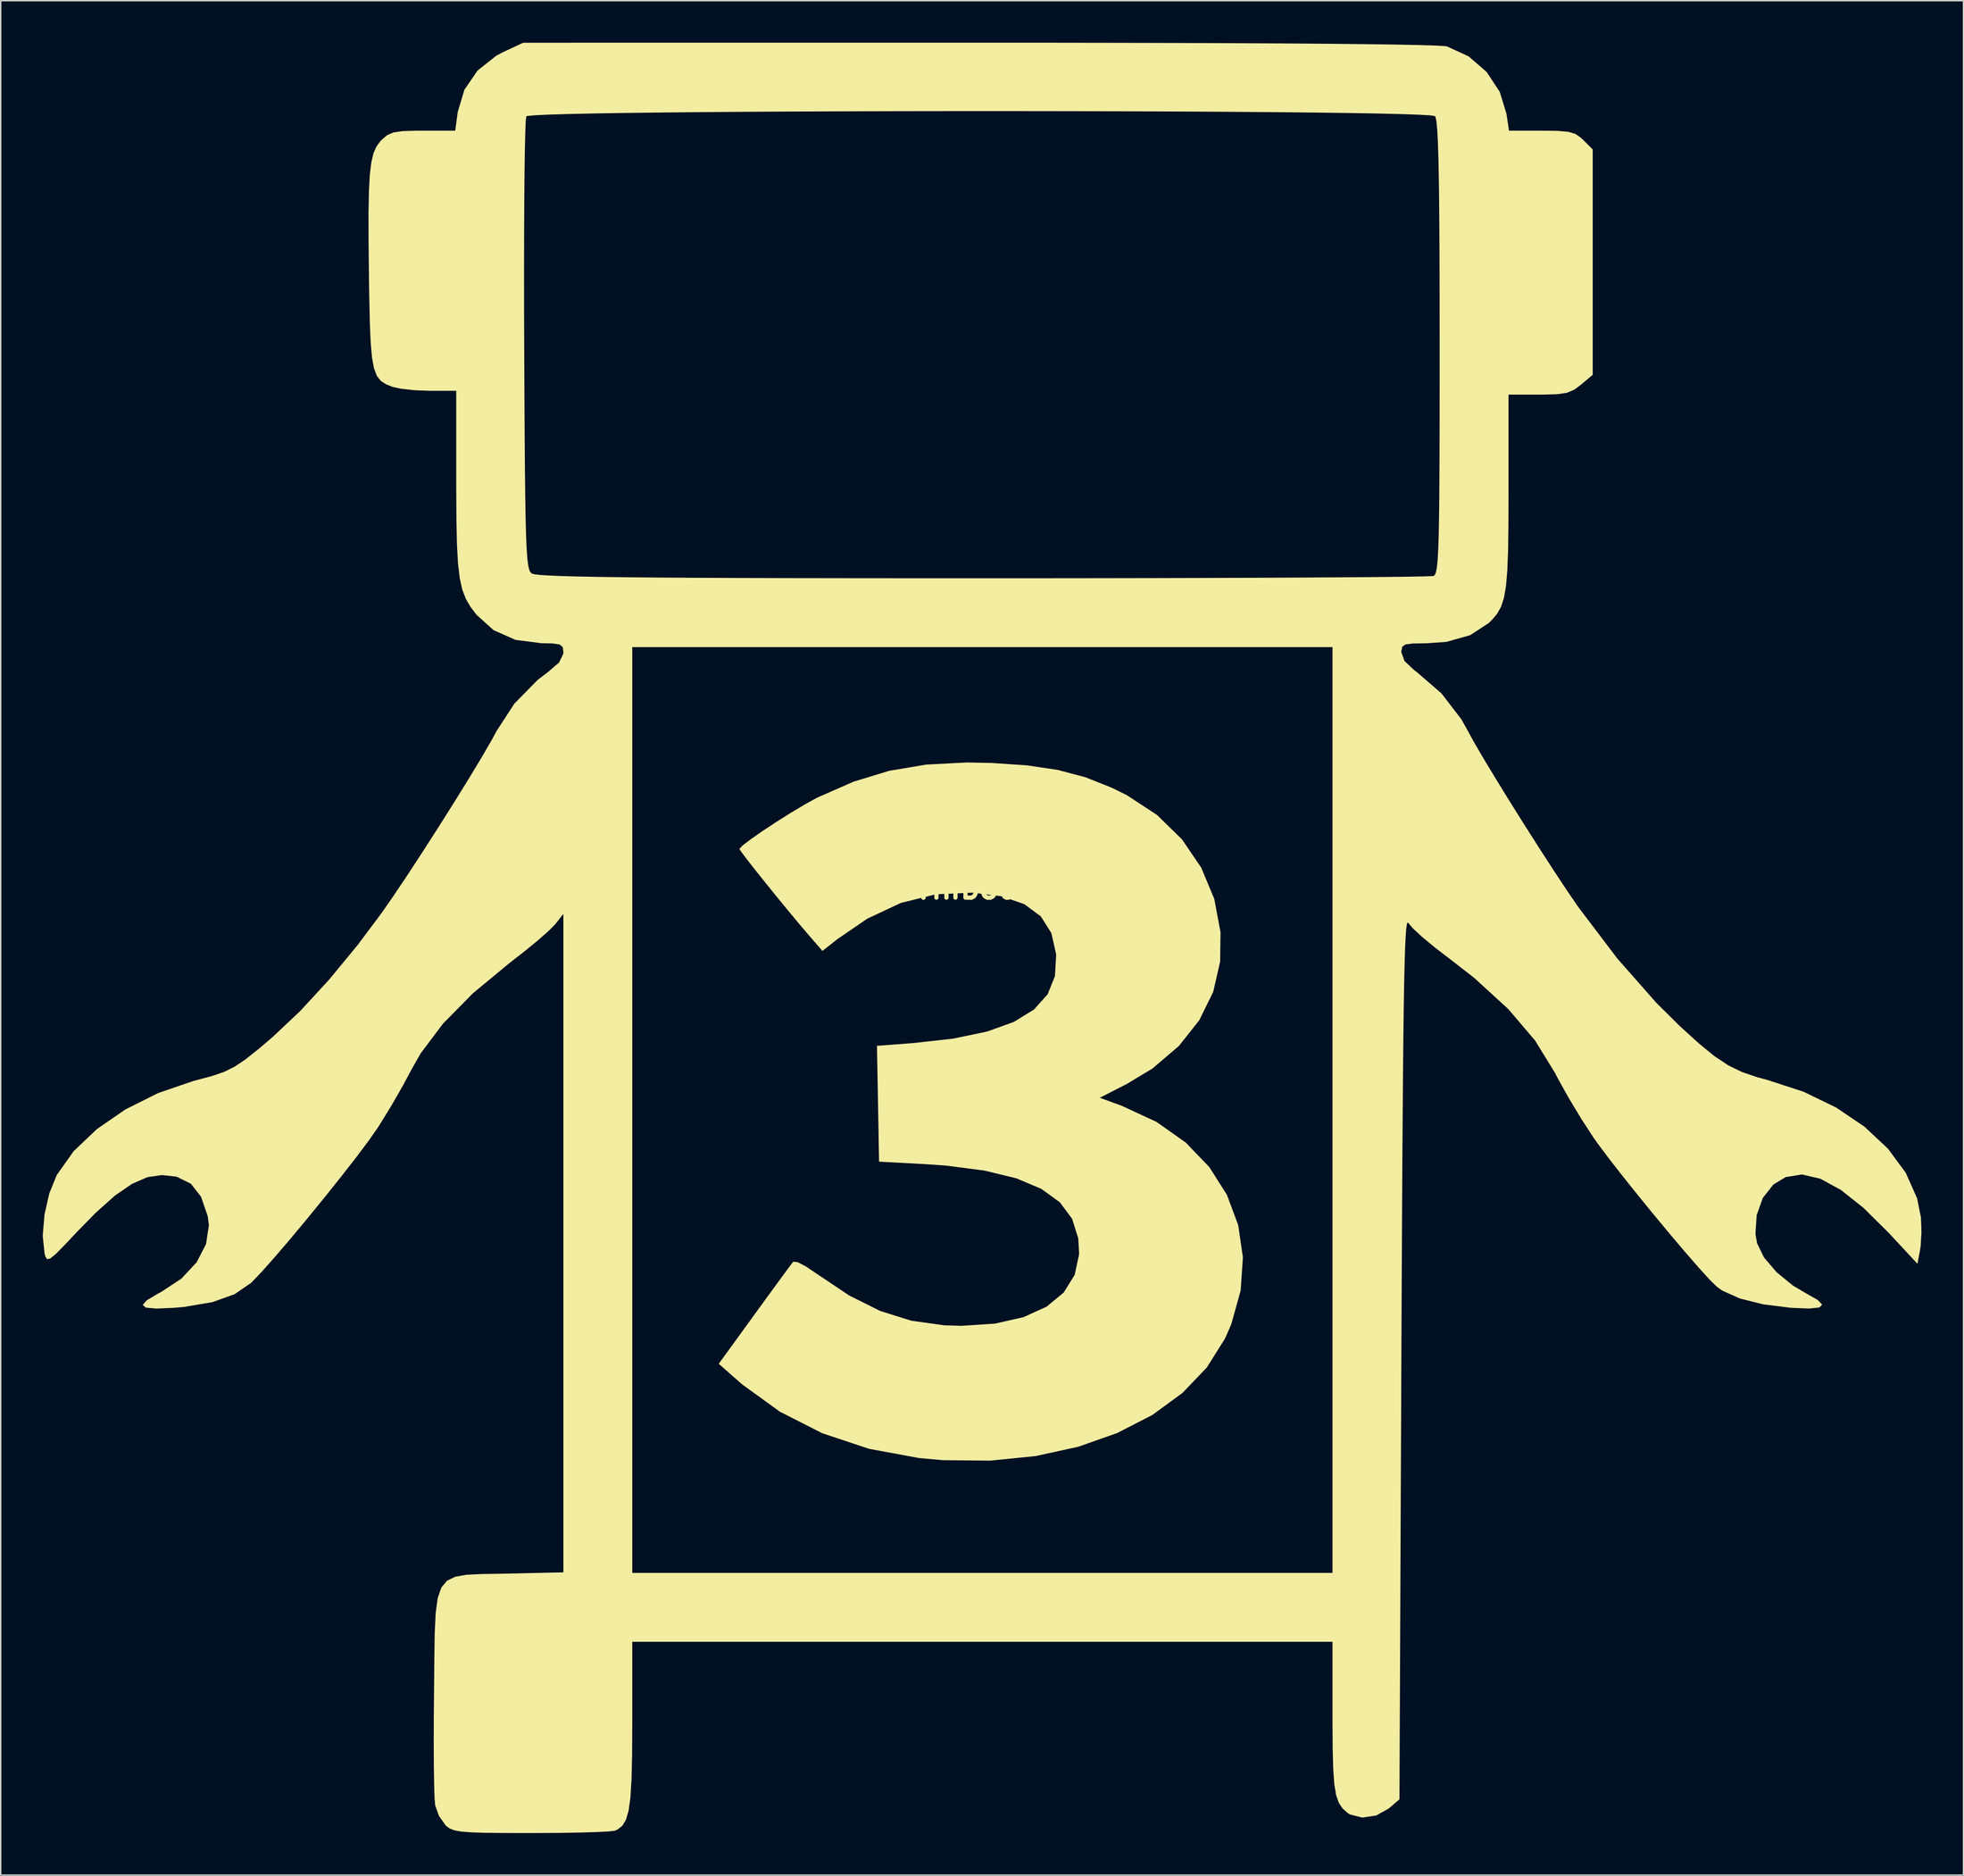
<source format=kicad_pcb>
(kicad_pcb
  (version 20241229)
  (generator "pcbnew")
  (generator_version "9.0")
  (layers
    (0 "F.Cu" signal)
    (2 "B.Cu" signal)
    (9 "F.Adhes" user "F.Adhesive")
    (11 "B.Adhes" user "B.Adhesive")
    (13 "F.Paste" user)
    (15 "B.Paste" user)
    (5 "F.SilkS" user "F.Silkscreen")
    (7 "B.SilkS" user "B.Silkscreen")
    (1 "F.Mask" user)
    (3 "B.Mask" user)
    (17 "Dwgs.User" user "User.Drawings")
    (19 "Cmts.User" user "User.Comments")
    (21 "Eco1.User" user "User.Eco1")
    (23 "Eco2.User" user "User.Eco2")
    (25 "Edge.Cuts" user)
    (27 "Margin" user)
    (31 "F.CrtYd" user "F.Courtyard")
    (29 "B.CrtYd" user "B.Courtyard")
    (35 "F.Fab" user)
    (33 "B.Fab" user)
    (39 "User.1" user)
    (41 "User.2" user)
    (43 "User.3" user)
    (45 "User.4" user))
  (footprint "KevinbotLogo"
    (layer "F.Cu")
    (at 66.932 60.356)
    (property "Reference" "KevinbotLogo" (at 0 0 0) (layer "F.SilkS") (effects (font (size 1.5 1.5) (thickness 0.3))))
    (attr board_only exclude_from_pos_files exclude_from_bom)
    (fp_poly (pts (xy 0.749 -8.939) (xy 3.327 -8.765) (xy 5.522 -8.437) (xy 7.482 -7.919) (xy 9.357 -7.175) (xy 10.437 -6.642) (xy 12.6 -5.225) (xy 14.387 -3.476) (xy 15.76 -1.457) (xy 16.688 0.771) (xy 17.133 3.147) (xy 17.107 5.245) (xy 16.612 7.407) (xy 15.616 9.434) (xy 14.157 11.274) (xy 12.273 12.879) (xy 10.463 13.97) (xy 8.517 14.967) (xy 10.086 15.539) (xy 12.562 16.688) (xy 14.652 18.164) (xy 16.336 19.917) (xy 17.591 21.898) (xy 18.397 24.06) (xy 18.731 26.354) (xy 18.571 28.731) (xy 17.898 31.143) (xy 17.458 32.15) (xy 16.159 34.219) (xy 14.411 36.046) (xy 12.264 37.613) (xy 9.768 38.898) (xy 6.974 39.883) (xy 3.932 40.547) (xy 0.691 40.873) (xy -2.698 40.839) (xy -4.396 40.685) (xy -7.964 40.026) (xy -11.282 38.92) (xy -14.306 37.385) (xy -16.995 35.44) (xy -17.221 35.244) (xy -18.68 33.958) (xy -16.122 30.43) (xy -15.239 29.214) (xy -14.461 28.15) (xy -13.85 27.317) (xy -13.463 26.797) (xy -13.363 26.669) (xy -13.061 26.7) (xy -12.463 27.007) (xy -11.702 27.52) (xy -9.373 29.081) (xy -7.156 30.188) (xy -4.936 30.883) (xy -2.595 31.21) (xy -1.366 31.248) (xy 1.037 31.09) (xy 3.073 30.629) (xy 4.717 29.882) (xy 5.943 28.869) (xy 6.726 27.608) (xy 7.043 26.118) (xy 6.981 25.006) (xy 6.542 23.607) (xy 5.667 22.43) (xy 4.343 21.469) (xy 2.555 20.716) (xy 0.288 20.165) (xy -2.472 19.807) (xy -3.96 19.704) (xy -7.238 19.528) (xy -7.313 15.392) (xy -7.388 11.257) (xy -4.855 11.067) (xy -1.942 10.744) (xy 0.466 10.241) (xy 2.382 9.552) (xy 3.82 8.668) (xy 4.794 7.579) (xy 5.317 6.279) (xy 5.403 4.757) (xy 5.401 4.724) (xy 5.059 3.205) (xy 4.306 2.015) (xy 3.129 1.144) (xy 1.515 0.583) (xy -0.549 0.324) (xy -0.568 0.323) (xy -3.18 0.438) (xy -5.668 1.051) (xy -8.078 2.179) (xy -10.215 3.643) (xy -11.281 4.482) (xy -12.216 3.402) (xy -12.931 2.562) (xy -13.758 1.567) (xy -14.629 0.504) (xy -15.472 -0.54) (xy -16.219 -1.478) (xy -16.799 -2.224) (xy -17.143 -2.691) (xy -17.206 -2.801) (xy -16.989 -3.038) (xy -16.406 -3.484) (xy -15.564 -4.07) (xy -14.566 -4.728) (xy -13.519 -5.388) (xy -12.526 -5.981) (xy -11.693 -6.439) (xy -11.608 -6.482) (xy -9.042 -7.606) (xy -6.512 -8.376) (xy -3.869 -8.821) (xy -0.968 -8.97)) (stroke (width 0) (type solid)) (fill yes) (layer "F.SilkS"))
    (fp_poly (pts (xy 4.976 -60.355) (xy 9.721 -60.348) (xy 14.084 -60.338) (xy 18.048 -60.323) (xy 21.595 -60.304) (xy 24.707 -60.282) (xy 27.369 -60.255) (xy 29.561 -60.225) (xy 31.268 -60.191) (xy 32.472 -60.154) (xy 33.155 -60.114) (xy 33.294 -60.093) (xy 34.844 -59.382) (xy 36.132 -58.264) (xy 37.065 -56.846) (xy 37.541 -55.298) (xy 37.724 -54.077) (xy 40.041 -54.077) (xy 41.201 -54.062) (xy 41.96 -53.996) (xy 42.461 -53.845) (xy 42.848 -53.578) (xy 43.029 -53.407) (xy 43.699 -52.737) (xy 43.699 -44.692) (xy 43.699 -36.646) (xy 42.859 -35.939) (xy 42.368 -35.577) (xy 41.858 -35.364) (xy 41.163 -35.262) (xy 40.119 -35.233) (xy 39.854 -35.232) (xy 37.69 -35.232) (xy 37.69 -28.301) (xy 37.684 -25.966) (xy 37.659 -24.108) (xy 37.603 -22.659) (xy 37.508 -21.552) (xy 37.363 -20.718) (xy 37.157 -20.087) (xy 36.88 -19.593) (xy 36.522 -19.167) (xy 36.277 -18.926) (xy 34.953 -18.059) (xy 33.255 -17.58) (xy 31.827 -17.48) (xy 30.869 -17.467) (xy 30.334 -17.398) (xy 30.1 -17.229) (xy 30.044 -16.916) (xy 30.043 -16.834) (xy 30.269 -16.213) (xy 30.976 -15.545) (xy 31.14 -15.428) (xy 32.904 -13.903) (xy 34.326 -12.053) (xy 34.747 -11.297) (xy 35.195 -10.474) (xy 35.887 -9.289) (xy 36.765 -7.834) (xy 37.77 -6.203) (xy 38.845 -4.488) (xy 39.931 -2.782) (xy 40.97 -1.179) (xy 41.903 0.23) (xy 42.673 1.352) (xy 42.683 1.366) (xy 45.448 5.015) (xy 48.235 8.183) (xy 49.917 9.85) (xy 51.274 11.084) (xy 52.382 11.991) (xy 53.363 12.645) (xy 54.336 13.121) (xy 55.424 13.494) (xy 56.173 13.696) (xy 58.75 14.536) (xy 61.077 15.665) (xy 63.103 17.036) (xy 64.775 18.604) (xy 66.043 20.323) (xy 66.854 22.146) (xy 67.128 23.513) (xy 67.165 24.552) (xy 67.106 25.559) (xy 67.066 25.821) (xy 66.879 26.819) (xy 64.851 24.636) (xy 63.037 22.835) (xy 61.405 21.54) (xy 59.942 20.744) (xy 58.634 20.443) (xy 57.47 20.63) (xy 56.59 21.163) (xy 55.844 22.113) (xy 55.401 23.352) (xy 55.315 24.686) (xy 55.43 25.351) (xy 55.93 26.373) (xy 56.827 27.424) (xy 57.995 28.378) (xy 58.925 28.927) (xy 59.757 29.4) (xy 60.077 29.735) (xy 59.881 29.937) (xy 59.162 30.012) (xy 57.915 29.966) (xy 57.833 29.96) (xy 55.861 29.713) (xy 54.204 29.296) (xy 52.951 28.736) (xy 52.565 28.461) (xy 52.068 27.974) (xy 51.303 27.135) (xy 50.337 26.027) (xy 49.236 24.729) (xy 48.068 23.322) (xy 46.898 21.887) (xy 45.793 20.505) (xy 44.821 19.257) (xy 44.048 18.223) (xy 43.738 17.784) (xy 42.883 16.467) (xy 41.994 14.991) (xy 41.222 13.608) (xy 40.997 13.173) (xy 39.59 10.886) (xy 37.676 8.636) (xy 35.24 6.406) (xy 33.498 5.053) (xy 32.435 4.239) (xy 31.515 3.475) (xy 30.843 2.851) (xy 30.538 2.485) (xy 30.482 2.456) (xy 30.431 2.603) (xy 30.385 2.951) (xy 30.343 3.526) (xy 30.305 4.354) (xy 30.271 5.463) (xy 30.239 6.877) (xy 30.21 8.622) (xy 30.184 10.726) (xy 30.159 13.213) (xy 30.136 16.111) (xy 30.113 19.445) (xy 30.091 23.241) (xy 30.07 27.525) (xy 30.048 32.324) (xy 30.043 33.439) (xy 29.906 65.05) (xy 29.14 65.709) (xy 28.249 66.206) (xy 27.257 66.355) (xy 26.376 66.135) (xy 26.196 66.018) (xy 25.843 65.698) (xy 25.577 65.301) (xy 25.385 64.75) (xy 25.256 63.971) (xy 25.178 62.886) (xy 25.139 61.419) (xy 25.127 59.494) (xy 25.127 59.148) (xy 25.127 53.804) (xy 0.137 53.804) (xy -24.854 53.804) (xy -24.854 59.69) (xy -24.865 61.891) (xy -24.905 63.61) (xy -24.984 64.911) (xy -25.114 65.857) (xy -25.304 66.513) (xy -25.564 66.941) (xy -25.905 67.205) (xy -26.095 67.291) (xy -26.494 67.342) (xy -27.349 67.388) (xy -28.57 67.424) (xy -30.066 67.449) (xy -31.748 67.46) (xy -32.062 67.46) (xy -33.945 67.457) (xy -35.359 67.442) (xy -36.382 67.409) (xy -37.093 67.351) (xy -37.569 67.261) (xy -37.887 67.132) (xy -38.127 66.957) (xy -38.172 66.915) (xy -38.645 66.248) (xy -38.922 65.481) (xy -38.964 64.972) (xy -38.995 64.001) (xy -39.015 62.65) (xy -39.023 61.005) (xy -39.018 59.148) (xy -39.003 57.43) (xy -38.981 55.069) (xy -38.954 53.197) (xy -38.886 51.755) (xy -38.74 50.688) (xy -38.483 49.938) (xy -38.078 49.448) (xy -37.49 49.161) (xy -36.684 49.02) (xy -35.623 48.967) (xy -34.273 48.947) (xy -33.723 48.936) (xy -29.77 48.848) (xy -29.77 25.343) (xy -29.77 1.838) (xy -30.346 2.57) (xy -30.79 3.024) (xy -31.563 3.705) (xy -32.553 4.518) (xy -33.555 5.297) (xy -36.225 7.505) (xy -38.364 9.677) (xy -39.966 11.809) (xy -40.594 12.919) (xy -41.223 14.097) (xy -42.014 15.472) (xy -42.821 16.792) (xy -43.015 17.095) (xy -43.636 17.986) (xy -44.525 19.173) (xy -45.607 20.564) (xy -46.809 22.07) (xy -48.057 23.6) (xy -49.276 25.063) (xy -50.394 26.369) (xy -51.336 27.428) (xy -52.028 28.148) (xy -52.071 28.189) (xy -53.242 28.991) (xy -54.823 29.557) (xy -56.854 29.901) (xy -57.56 29.962) (xy -58.83 30.015) (xy -59.573 29.949) (xy -59.795 29.753) (xy -59.502 29.422) (xy -58.702 28.945) (xy -58.491 28.836) (xy -57.037 27.881) (xy -55.948 26.713) (xy -55.277 25.414) (xy -55.071 24.065) (xy -55.153 23.427) (xy -55.634 22.029) (xy -56.362 21.099) (xy -57.38 20.6) (xy -58.416 20.484) (xy -59.454 20.633) (xy -60.551 21.106) (xy -61.764 21.94) (xy -63.151 23.176) (xy -64.449 24.503) (xy -65.375 25.486) (xy -65.998 26.115) (xy -66.386 26.435) (xy -66.607 26.492) (xy -66.729 26.333) (xy -66.801 26.087) (xy -66.932 24.817) (xy -66.807 23.31) (xy -66.462 21.791) (xy -65.932 20.485) (xy -65.931 20.483) (xy -64.724 18.778) (xy -63.06 17.197) (xy -61.025 15.796) (xy -58.705 14.635) (xy -56.186 13.771) (xy -55.912 13.699) (xy -54.828 13.408) (xy -53.98 13.116) (xy -53.234 12.747) (xy -52.458 12.226) (xy -51.519 11.477) (xy -50.521 10.628) (xy -48.576 8.794) (xy -46.516 6.562) (xy -44.436 4.038) (xy -42.726 1.749) (xy -41.872 0.518) (xy -40.864 -0.987) (xy -39.762 -2.675) (xy -38.623 -4.45) (xy -37.508 -6.22) (xy -36.476 -7.89) (xy -35.586 -9.366) (xy -34.896 -10.555) (xy -34.542 -11.212) (xy -33.264 -13.178) (xy -31.6 -14.87) (xy -30.867 -15.428) (xy -30.077 -16.108) (xy -29.776 -16.733) (xy -29.77 -16.834) (xy -29.812 -17.198) (xy -29.821 -17.206) (xy -24.854 -17.206) (xy -24.854 15.841) (xy -24.854 48.888) (xy 0.137 48.888) (xy 25.127 48.888) (xy 25.127 15.841) (xy 25.127 -17.206) (xy 0.137 -17.206) (xy -24.854 -17.206) (xy -29.821 -17.206) (xy -30.026 -17.392) (xy -30.542 -17.47) (xy -31.34 -17.486) (xy -33.19 -17.724) (xy -34.751 -18.418) (xy -35.964 -19.508) (xy -36.394 -20.072) (xy -36.73 -20.648) (xy -36.985 -21.31) (xy -37.168 -22.132) (xy -37.292 -23.187) (xy -37.367 -24.55) (xy -37.405 -26.296) (xy -37.417 -28.496) (xy -37.417 -29.051) (xy -37.417 -35.505) (xy -39.288 -35.505) (xy -40.378 -35.546) (xy -41.359 -35.652) (xy -41.957 -35.783) (xy -42.429 -35.972) (xy -42.799 -36.211) (xy -43.08 -36.566) (xy -43.286 -37.102) (xy -43.43 -37.884) (xy -43.526 -38.976) (xy -43.588 -40.443) (xy -43.629 -42.35) (xy -43.65 -43.835) (xy -43.653 -44.086) (xy -32.578 -44.086) (xy -32.576 -41.311) (xy -32.567 -38.783) (xy -32.551 -35.411) (xy -32.535 -32.543) (xy -32.517 -30.139) (xy -32.495 -28.156) (xy -32.469 -26.553) (xy -32.437 -25.288) (xy -32.397 -24.319) (xy -32.349 -23.606) (xy -32.291 -23.105) (xy -32.221 -22.777) (xy -32.139 -22.578) (xy -32.042 -22.468) (xy -32.037 -22.464) (xy -31.858 -22.41) (xy -31.457 -22.361) (xy -30.81 -22.318) (xy -29.892 -22.28) (xy -28.678 -22.247) (xy -27.144 -22.218) (xy -25.264 -22.194) (xy -23.014 -22.173) (xy -20.369 -22.157) (xy -17.304 -22.144) (xy -13.794 -22.134) (xy -9.815 -22.128) (xy -5.342 -22.124) (xy -0.35 -22.123) (xy 0.166 -22.123) (xy 4.291 -22.124) (xy 8.267 -22.128) (xy 12.06 -22.135) (xy 15.635 -22.144) (xy 18.957 -22.155) (xy 21.992 -22.168) (xy 24.706 -22.183) (xy 27.064 -22.199) (xy 29.031 -22.217) (xy 30.573 -22.236) (xy 31.655 -22.256) (xy 32.244 -22.277) (xy 32.342 -22.288) (xy 32.433 -22.366) (xy 32.51 -22.55) (xy 32.575 -22.88) (xy 32.629 -23.399) (xy 32.672 -24.145) (xy 32.706 -25.16) (xy 32.731 -26.484) (xy 32.75 -28.157) (xy 32.762 -30.22) (xy 32.77 -32.714) (xy 32.773 -35.679) (xy 32.774 -38.621) (xy 32.771 -42.219) (xy 32.763 -45.301) (xy 32.747 -47.9) (xy 32.725 -50.044) (xy 32.694 -51.767) (xy 32.656 -53.097) (xy 32.608 -54.067) (xy 32.55 -54.708) (xy 32.482 -55.049) (xy 32.446 -55.115) (xy 32.126 -55.168) (xy 31.301 -55.217) (xy 30.015 -55.262) (xy 28.307 -55.302) (xy 26.219 -55.338) (xy 23.793 -55.37) (xy 21.07 -55.398) (xy 18.09 -55.421) (xy 14.895 -55.44) (xy 11.527 -55.455) (xy 8.026 -55.466) (xy 4.434 -55.472) (xy 0.793 -55.475) (xy -2.858 -55.473) (xy -6.476 -55.467) (xy -10.021 -55.457) (xy -13.451 -55.442) (xy -16.724 -55.424) (xy -19.8 -55.401) (xy -22.638 -55.374) (xy -25.195 -55.343) (xy -27.432 -55.308) (xy -29.306 -55.269) (xy -30.777 -55.226) (xy -31.803 -55.178) (xy -32.343 -55.127) (xy -32.417 -55.102) (xy -32.456 -54.773) (xy -32.49 -53.948) (xy -32.52 -52.674) (xy -32.544 -51.002) (xy -32.562 -48.981) (xy -32.573 -46.659) (xy -32.578 -44.086) (xy -43.653 -44.086) (xy -43.676 -46.273) (xy -43.678 -48.226) (xy -43.65 -49.759) (xy -43.586 -50.935) (xy -43.479 -51.815) (xy -43.325 -52.462) (xy -43.116 -52.939) (xy -42.847 -53.309) (xy -42.734 -53.429) (xy -42.354 -53.752) (xy -41.915 -53.946) (xy -41.272 -54.043) (xy -40.281 -54.076) (xy -39.786 -54.077) (xy -37.488 -54.077) (xy -37.311 -55.409) (xy -36.835 -56.999) (xy -35.895 -58.369) (xy -34.554 -59.433) (xy -34.055 -59.694) (xy -32.638 -60.354) (xy -0.135 -60.356)) (stroke (width 0) (type solid)) (fill yes) (layer "F.SilkS")))
  (gr_rect
    (start -3 -3)
    (end 137.097 130.817)
    (stroke (width 0.1) (type default))
    (fill no)
    (layer "Edge.Cuts")))
</source>
